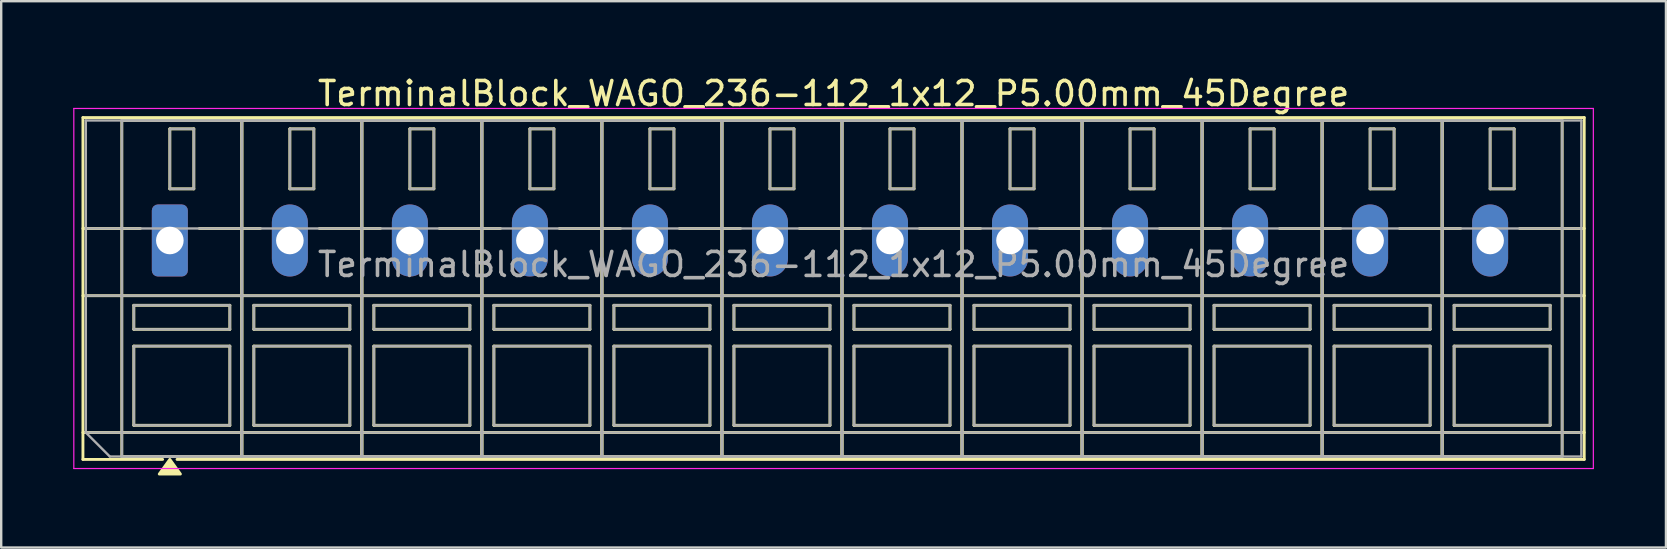
<source format=kicad_pcb>
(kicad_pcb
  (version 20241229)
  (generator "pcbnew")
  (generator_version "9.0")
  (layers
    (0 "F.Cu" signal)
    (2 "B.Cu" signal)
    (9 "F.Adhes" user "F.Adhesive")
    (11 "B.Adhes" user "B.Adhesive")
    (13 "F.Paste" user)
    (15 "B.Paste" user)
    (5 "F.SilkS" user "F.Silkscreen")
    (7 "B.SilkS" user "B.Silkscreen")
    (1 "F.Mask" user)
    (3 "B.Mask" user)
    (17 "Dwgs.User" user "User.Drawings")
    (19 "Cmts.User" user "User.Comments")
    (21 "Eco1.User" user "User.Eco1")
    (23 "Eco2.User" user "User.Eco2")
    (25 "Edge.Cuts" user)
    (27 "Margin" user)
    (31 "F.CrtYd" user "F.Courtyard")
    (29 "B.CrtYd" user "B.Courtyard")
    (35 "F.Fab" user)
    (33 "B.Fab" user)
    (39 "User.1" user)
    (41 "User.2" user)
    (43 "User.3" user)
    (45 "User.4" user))
  (footprint "TerminalBlock_WAGO_236-112_1x12_P5.00mm_45Degree"
    (layer "F.Cu")
    (at 4.025 6.968)
    (property "Reference" "TerminalBlock_WAGO_236-112_1x12_P5.00mm_45Degree" (at 27.65 -6.12 0) (layer "F.SilkS") (effects (font (size 1 1) (thickness 0.15))))
    (attr through_hole)
    (fp_line (start -3.62 -5.12) (end 58.92 -5.12) (stroke (width 0.12) (type solid)) (layer "F.SilkS"))
    (fp_line (start -3.62 -0.5) (end -1.23 -0.5) (stroke (width 0.12) (type solid)) (layer "F.SilkS"))
    (fp_line (start -3.62 2.3) (end 58.92 2.3) (stroke (width 0.12) (type solid)) (layer "F.SilkS"))
    (fp_line (start -3.62 8) (end 58.92 8) (stroke (width 0.12) (type solid)) (layer "F.SilkS"))
    (fp_line (start -3.62 9.12) (end -3.62 -5.12) (stroke (width 0.12) (type solid)) (layer "F.SilkS"))
    (fp_line (start -2 -5) (end 3 -5) (stroke (width 0.12) (type solid)) (layer "F.SilkS"))
    (fp_line (start -2 9) (end -2 -5) (stroke (width 0.12) (type solid)) (layer "F.SilkS"))
    (fp_line (start -1.5 2.7) (end 2.5 2.7) (stroke (width 0.12) (type solid)) (layer "F.SilkS"))
    (fp_line (start -1.5 3.7) (end -1.5 2.7) (stroke (width 0.12) (type solid)) (layer "F.SilkS"))
    (fp_line (start -1.5 4.4) (end 2.5 4.4) (stroke (width 0.12) (type solid)) (layer "F.SilkS"))
    (fp_line (start -1.5 7.7) (end -1.5 4.4) (stroke (width 0.12) (type solid)) (layer "F.SilkS"))
    (fp_line (start -0.3 9.12) (end -3.62 9.12) (stroke (width 0.12) (type solid)) (layer "F.SilkS"))
    (fp_line (start 0 -4.65) (end 1 -4.65) (stroke (width 0.12) (type solid)) (layer "F.SilkS"))
    (fp_line (start 0 -2.15) (end 0 -4.65) (stroke (width 0.12) (type solid)) (layer "F.SilkS"))
    (fp_line (start 1 -4.65) (end 1 -2.15) (stroke (width 0.12) (type solid)) (layer "F.SilkS"))
    (fp_line (start 1 -2.15) (end 0 -2.15) (stroke (width 0.12) (type solid)) (layer "F.SilkS"))
    (fp_line (start 1.23 -0.5) (end 3.77 -0.5) (stroke (width 0.12) (type solid)) (layer "F.SilkS"))
    (fp_line (start 2.5 2.7) (end 2.5 3.7) (stroke (width 0.12) (type solid)) (layer "F.SilkS"))
    (fp_line (start 2.5 3.7) (end -1.5 3.7) (stroke (width 0.12) (type solid)) (layer "F.SilkS"))
    (fp_line (start 2.5 4.4) (end 2.5 7.7) (stroke (width 0.12) (type solid)) (layer "F.SilkS"))
    (fp_line (start 2.5 7.7) (end -1.5 7.7) (stroke (width 0.12) (type solid)) (layer "F.SilkS"))
    (fp_line (start 3 -5) (end 3 9) (stroke (width 0.12) (type solid)) (layer "F.SilkS"))
    (fp_line (start 3 -5) (end 8 -5) (stroke (width 0.12) (type solid)) (layer "F.SilkS"))
    (fp_line (start 3 9) (end -2 9) (stroke (width 0.12) (type solid)) (layer "F.SilkS"))
    (fp_line (start 3 9) (end 3 -5) (stroke (width 0.12) (type solid)) (layer "F.SilkS"))
    (fp_line (start 3.5 2.7) (end 7.5 2.7) (stroke (width 0.12) (type solid)) (layer "F.SilkS"))
    (fp_line (start 3.5 3.7) (end 3.5 2.7) (stroke (width 0.12) (type solid)) (layer "F.SilkS"))
    (fp_line (start 3.5 4.4) (end 7.5 4.4) (stroke (width 0.12) (type solid)) (layer "F.SilkS"))
    (fp_line (start 3.5 7.7) (end 3.5 4.4) (stroke (width 0.12) (type solid)) (layer "F.SilkS"))
    (fp_line (start 5 -4.65) (end 6 -4.65) (stroke (width 0.12) (type solid)) (layer "F.SilkS"))
    (fp_line (start 5 -2.15) (end 5 -4.65) (stroke (width 0.12) (type solid)) (layer "F.SilkS"))
    (fp_line (start 6 -4.65) (end 6 -2.15) (stroke (width 0.12) (type solid)) (layer "F.SilkS"))
    (fp_line (start 6 -2.15) (end 5 -2.15) (stroke (width 0.12) (type solid)) (layer "F.SilkS"))
    (fp_line (start 6.23 -0.5) (end 8.77 -0.5) (stroke (width 0.12) (type solid)) (layer "F.SilkS"))
    (fp_line (start 7.5 2.7) (end 7.5 3.7) (stroke (width 0.12) (type solid)) (layer "F.SilkS"))
    (fp_line (start 7.5 3.7) (end 3.5 3.7) (stroke (width 0.12) (type solid)) (layer "F.SilkS"))
    (fp_line (start 7.5 4.4) (end 7.5 7.7) (stroke (width 0.12) (type solid)) (layer "F.SilkS"))
    (fp_line (start 7.5 7.7) (end 3.5 7.7) (stroke (width 0.12) (type solid)) (layer "F.SilkS"))
    (fp_line (start 8 -5) (end 8 9) (stroke (width 0.12) (type solid)) (layer "F.SilkS"))
    (fp_line (start 8 -5) (end 13 -5) (stroke (width 0.12) (type solid)) (layer "F.SilkS"))
    (fp_line (start 8 9) (end 3 9) (stroke (width 0.12) (type solid)) (layer "F.SilkS"))
    (fp_line (start 8 9) (end 8 -5) (stroke (width 0.12) (type solid)) (layer "F.SilkS"))
    (fp_line (start 8.5 2.7) (end 12.5 2.7) (stroke (width 0.12) (type solid)) (layer "F.SilkS"))
    (fp_line (start 8.5 3.7) (end 8.5 2.7) (stroke (width 0.12) (type solid)) (layer "F.SilkS"))
    (fp_line (start 8.5 4.4) (end 12.5 4.4) (stroke (width 0.12) (type solid)) (layer "F.SilkS"))
    (fp_line (start 8.5 7.7) (end 8.5 4.4) (stroke (width 0.12) (type solid)) (layer "F.SilkS"))
    (fp_line (start 10 -4.65) (end 11 -4.65) (stroke (width 0.12) (type solid)) (layer "F.SilkS"))
    (fp_line (start 10 -2.15) (end 10 -4.65) (stroke (width 0.12) (type solid)) (layer "F.SilkS"))
    (fp_line (start 11 -4.65) (end 11 -2.15) (stroke (width 0.12) (type solid)) (layer "F.SilkS"))
    (fp_line (start 11 -2.15) (end 10 -2.15) (stroke (width 0.12) (type solid)) (layer "F.SilkS"))
    (fp_line (start 11.23 -0.5) (end 13.77 -0.5) (stroke (width 0.12) (type solid)) (layer "F.SilkS"))
    (fp_line (start 12.5 2.7) (end 12.5 3.7) (stroke (width 0.12) (type solid)) (layer "F.SilkS"))
    (fp_line (start 12.5 3.7) (end 8.5 3.7) (stroke (width 0.12) (type solid)) (layer "F.SilkS"))
    (fp_line (start 12.5 4.4) (end 12.5 7.7) (stroke (width 0.12) (type solid)) (layer "F.SilkS"))
    (fp_line (start 12.5 7.7) (end 8.5 7.7) (stroke (width 0.12) (type solid)) (layer "F.SilkS"))
    (fp_line (start 13 -5) (end 13 9) (stroke (width 0.12) (type solid)) (layer "F.SilkS"))
    (fp_line (start 13 -5) (end 18 -5) (stroke (width 0.12) (type solid)) (layer "F.SilkS"))
    (fp_line (start 13 9) (end 8 9) (stroke (width 0.12) (type solid)) (layer "F.SilkS"))
    (fp_line (start 13 9) (end 13 -5) (stroke (width 0.12) (type solid)) (layer "F.SilkS"))
    (fp_line (start 13.5 2.7) (end 17.5 2.7) (stroke (width 0.12) (type solid)) (layer "F.SilkS"))
    (fp_line (start 13.5 3.7) (end 13.5 2.7) (stroke (width 0.12) (type solid)) (layer "F.SilkS"))
    (fp_line (start 13.5 4.4) (end 17.5 4.4) (stroke (width 0.12) (type solid)) (layer "F.SilkS"))
    (fp_line (start 13.5 7.7) (end 13.5 4.4) (stroke (width 0.12) (type solid)) (layer "F.SilkS"))
    (fp_line (start 15 -4.65) (end 16 -4.65) (stroke (width 0.12) (type solid)) (layer "F.SilkS"))
    (fp_line (start 15 -2.15) (end 15 -4.65) (stroke (width 0.12) (type solid)) (layer "F.SilkS"))
    (fp_line (start 16 -4.65) (end 16 -2.15) (stroke (width 0.12) (type solid)) (layer "F.SilkS"))
    (fp_line (start 16 -2.15) (end 15 -2.15) (stroke (width 0.12) (type solid)) (layer "F.SilkS"))
    (fp_line (start 16.23 -0.5) (end 18.77 -0.5) (stroke (width 0.12) (type solid)) (layer "F.SilkS"))
    (fp_line (start 17.5 2.7) (end 17.5 3.7) (stroke (width 0.12) (type solid)) (layer "F.SilkS"))
    (fp_line (start 17.5 3.7) (end 13.5 3.7) (stroke (width 0.12) (type solid)) (layer "F.SilkS"))
    (fp_line (start 17.5 4.4) (end 17.5 7.7) (stroke (width 0.12) (type solid)) (layer "F.SilkS"))
    (fp_line (start 17.5 7.7) (end 13.5 7.7) (stroke (width 0.12) (type solid)) (layer "F.SilkS"))
    (fp_line (start 18 -5) (end 18 9) (stroke (width 0.12) (type solid)) (layer "F.SilkS"))
    (fp_line (start 18 -5) (end 23 -5) (stroke (width 0.12) (type solid)) (layer "F.SilkS"))
    (fp_line (start 18 9) (end 13 9) (stroke (width 0.12) (type solid)) (layer "F.SilkS"))
    (fp_line (start 18 9) (end 18 -5) (stroke (width 0.12) (type solid)) (layer "F.SilkS"))
    (fp_line (start 18.5 2.7) (end 22.5 2.7) (stroke (width 0.12) (type solid)) (layer "F.SilkS"))
    (fp_line (start 18.5 3.7) (end 18.5 2.7) (stroke (width 0.12) (type solid)) (layer "F.SilkS"))
    (fp_line (start 18.5 4.4) (end 22.5 4.4) (stroke (width 0.12) (type solid)) (layer "F.SilkS"))
    (fp_line (start 18.5 7.7) (end 18.5 4.4) (stroke (width 0.12) (type solid)) (layer "F.SilkS"))
    (fp_line (start 20 -4.65) (end 21 -4.65) (stroke (width 0.12) (type solid)) (layer "F.SilkS"))
    (fp_line (start 20 -2.15) (end 20 -4.65) (stroke (width 0.12) (type solid)) (layer "F.SilkS"))
    (fp_line (start 21 -4.65) (end 21 -2.15) (stroke (width 0.12) (type solid)) (layer "F.SilkS"))
    (fp_line (start 21 -2.15) (end 20 -2.15) (stroke (width 0.12) (type solid)) (layer "F.SilkS"))
    (fp_line (start 21.23 -0.5) (end 23.77 -0.5) (stroke (width 0.12) (type solid)) (layer "F.SilkS"))
    (fp_line (start 22.5 2.7) (end 22.5 3.7) (stroke (width 0.12) (type solid)) (layer "F.SilkS"))
    (fp_line (start 22.5 3.7) (end 18.5 3.7) (stroke (width 0.12) (type solid)) (layer "F.SilkS"))
    (fp_line (start 22.5 4.4) (end 22.5 7.7) (stroke (width 0.12) (type solid)) (layer "F.SilkS"))
    (fp_line (start 22.5 7.7) (end 18.5 7.7) (stroke (width 0.12) (type solid)) (layer "F.SilkS"))
    (fp_line (start 23 -5) (end 23 9) (stroke (width 0.12) (type solid)) (layer "F.SilkS"))
    (fp_line (start 23 -5) (end 28 -5) (stroke (width 0.12) (type solid)) (layer "F.SilkS"))
    (fp_line (start 23 9) (end 18 9) (stroke (width 0.12) (type solid)) (layer "F.SilkS"))
    (fp_line (start 23 9) (end 23 -5) (stroke (width 0.12) (type solid)) (layer "F.SilkS"))
    (fp_line (start 23.5 2.7) (end 27.5 2.7) (stroke (width 0.12) (type solid)) (layer "F.SilkS"))
    (fp_line (start 23.5 3.7) (end 23.5 2.7) (stroke (width 0.12) (type solid)) (layer "F.SilkS"))
    (fp_line (start 23.5 4.4) (end 27.5 4.4) (stroke (width 0.12) (type solid)) (layer "F.SilkS"))
    (fp_line (start 23.5 7.7) (end 23.5 4.4) (stroke (width 0.12) (type solid)) (layer "F.SilkS"))
    (fp_line (start 25 -4.65) (end 26 -4.65) (stroke (width 0.12) (type solid)) (layer "F.SilkS"))
    (fp_line (start 25 -2.15) (end 25 -4.65) (stroke (width 0.12) (type solid)) (layer "F.SilkS"))
    (fp_line (start 26 -4.65) (end 26 -2.15) (stroke (width 0.12) (type solid)) (layer "F.SilkS"))
    (fp_line (start 26 -2.15) (end 25 -2.15) (stroke (width 0.12) (type solid)) (layer "F.SilkS"))
    (fp_line (start 26.23 -0.5) (end 28.77 -0.5) (stroke (width 0.12) (type solid)) (layer "F.SilkS"))
    (fp_line (start 27.5 2.7) (end 27.5 3.7) (stroke (width 0.12) (type solid)) (layer "F.SilkS"))
    (fp_line (start 27.5 3.7) (end 23.5 3.7) (stroke (width 0.12) (type solid)) (layer "F.SilkS"))
    (fp_line (start 27.5 4.4) (end 27.5 7.7) (stroke (width 0.12) (type solid)) (layer "F.SilkS"))
    (fp_line (start 27.5 7.7) (end 23.5 7.7) (stroke (width 0.12) (type solid)) (layer "F.SilkS"))
    (fp_line (start 28 -5) (end 28 9) (stroke (width 0.12) (type solid)) (layer "F.SilkS"))
    (fp_line (start 28 -5) (end 33 -5) (stroke (width 0.12) (type solid)) (layer "F.SilkS"))
    (fp_line (start 28 9) (end 23 9) (stroke (width 0.12) (type solid)) (layer "F.SilkS"))
    (fp_line (start 28 9) (end 28 -5) (stroke (width 0.12) (type solid)) (layer "F.SilkS"))
    (fp_line (start 28.5 2.7) (end 32.5 2.7) (stroke (width 0.12) (type solid)) (layer "F.SilkS"))
    (fp_line (start 28.5 3.7) (end 28.5 2.7) (stroke (width 0.12) (type solid)) (layer "F.SilkS"))
    (fp_line (start 28.5 4.4) (end 32.5 4.4) (stroke (width 0.12) (type solid)) (layer "F.SilkS"))
    (fp_line (start 28.5 7.7) (end 28.5 4.4) (stroke (width 0.12) (type solid)) (layer "F.SilkS"))
    (fp_line (start 30 -4.65) (end 31 -4.65) (stroke (width 0.12) (type solid)) (layer "F.SilkS"))
    (fp_line (start 30 -2.15) (end 30 -4.65) (stroke (width 0.12) (type solid)) (layer "F.SilkS"))
    (fp_line (start 31 -4.65) (end 31 -2.15) (stroke (width 0.12) (type solid)) (layer "F.SilkS"))
    (fp_line (start 31 -2.15) (end 30 -2.15) (stroke (width 0.12) (type solid)) (layer "F.SilkS"))
    (fp_line (start 31.23 -0.5) (end 33.77 -0.5) (stroke (width 0.12) (type solid)) (layer "F.SilkS"))
    (fp_line (start 32.5 2.7) (end 32.5 3.7) (stroke (width 0.12) (type solid)) (layer "F.SilkS"))
    (fp_line (start 32.5 3.7) (end 28.5 3.7) (stroke (width 0.12) (type solid)) (layer "F.SilkS"))
    (fp_line (start 32.5 4.4) (end 32.5 7.7) (stroke (width 0.12) (type solid)) (layer "F.SilkS"))
    (fp_line (start 32.5 7.7) (end 28.5 7.7) (stroke (width 0.12) (type solid)) (layer "F.SilkS"))
    (fp_line (start 33 -5) (end 33 9) (stroke (width 0.12) (type solid)) (layer "F.SilkS"))
    (fp_line (start 33 -5) (end 38 -5) (stroke (width 0.12) (type solid)) (layer "F.SilkS"))
    (fp_line (start 33 9) (end 28 9) (stroke (width 0.12) (type solid)) (layer "F.SilkS"))
    (fp_line (start 33 9) (end 33 -5) (stroke (width 0.12) (type solid)) (layer "F.SilkS"))
    (fp_line (start 33.5 2.7) (end 37.5 2.7) (stroke (width 0.12) (type solid)) (layer "F.SilkS"))
    (fp_line (start 33.5 3.7) (end 33.5 2.7) (stroke (width 0.12) (type solid)) (layer "F.SilkS"))
    (fp_line (start 33.5 4.4) (end 37.5 4.4) (stroke (width 0.12) (type solid)) (layer "F.SilkS"))
    (fp_line (start 33.5 7.7) (end 33.5 4.4) (stroke (width 0.12) (type solid)) (layer "F.SilkS"))
    (fp_line (start 35 -4.65) (end 36 -4.65) (stroke (width 0.12) (type solid)) (layer "F.SilkS"))
    (fp_line (start 35 -2.15) (end 35 -4.65) (stroke (width 0.12) (type solid)) (layer "F.SilkS"))
    (fp_line (start 36 -4.65) (end 36 -2.15) (stroke (width 0.12) (type solid)) (layer "F.SilkS"))
    (fp_line (start 36 -2.15) (end 35 -2.15) (stroke (width 0.12) (type solid)) (layer "F.SilkS"))
    (fp_line (start 36.23 -0.5) (end 38.77 -0.5) (stroke (width 0.12) (type solid)) (layer "F.SilkS"))
    (fp_line (start 37.5 2.7) (end 37.5 3.7) (stroke (width 0.12) (type solid)) (layer "F.SilkS"))
    (fp_line (start 37.5 3.7) (end 33.5 3.7) (stroke (width 0.12) (type solid)) (layer "F.SilkS"))
    (fp_line (start 37.5 4.4) (end 37.5 7.7) (stroke (width 0.12) (type solid)) (layer "F.SilkS"))
    (fp_line (start 37.5 7.7) (end 33.5 7.7) (stroke (width 0.12) (type solid)) (layer "F.SilkS"))
    (fp_line (start 38 -5) (end 38 9) (stroke (width 0.12) (type solid)) (layer "F.SilkS"))
    (fp_line (start 38 -5) (end 43 -5) (stroke (width 0.12) (type solid)) (layer "F.SilkS"))
    (fp_line (start 38 9) (end 33 9) (stroke (width 0.12) (type solid)) (layer "F.SilkS"))
    (fp_line (start 38 9) (end 38 -5) (stroke (width 0.12) (type solid)) (layer "F.SilkS"))
    (fp_line (start 38.5 2.7) (end 42.5 2.7) (stroke (width 0.12) (type solid)) (layer "F.SilkS"))
    (fp_line (start 38.5 3.7) (end 38.5 2.7) (stroke (width 0.12) (type solid)) (layer "F.SilkS"))
    (fp_line (start 38.5 4.4) (end 42.5 4.4) (stroke (width 0.12) (type solid)) (layer "F.SilkS"))
    (fp_line (start 38.5 7.7) (end 38.5 4.4) (stroke (width 0.12) (type solid)) (layer "F.SilkS"))
    (fp_line (start 40 -4.65) (end 41 -4.65) (stroke (width 0.12) (type solid)) (layer "F.SilkS"))
    (fp_line (start 40 -2.15) (end 40 -4.65) (stroke (width 0.12) (type solid)) (layer "F.SilkS"))
    (fp_line (start 41 -4.65) (end 41 -2.15) (stroke (width 0.12) (type solid)) (layer "F.SilkS"))
    (fp_line (start 41 -2.15) (end 40 -2.15) (stroke (width 0.12) (type solid)) (layer "F.SilkS"))
    (fp_line (start 41.23 -0.5) (end 43.77 -0.5) (stroke (width 0.12) (type solid)) (layer "F.SilkS"))
    (fp_line (start 42.5 2.7) (end 42.5 3.7) (stroke (width 0.12) (type solid)) (layer "F.SilkS"))
    (fp_line (start 42.5 3.7) (end 38.5 3.7) (stroke (width 0.12) (type solid)) (layer "F.SilkS"))
    (fp_line (start 42.5 4.4) (end 42.5 7.7) (stroke (width 0.12) (type solid)) (layer "F.SilkS"))
    (fp_line (start 42.5 7.7) (end 38.5 7.7) (stroke (width 0.12) (type solid)) (layer "F.SilkS"))
    (fp_line (start 43 -5) (end 43 9) (stroke (width 0.12) (type solid)) (layer "F.SilkS"))
    (fp_line (start 43 -5) (end 48 -5) (stroke (width 0.12) (type solid)) (layer "F.SilkS"))
    (fp_line (start 43 9) (end 38 9) (stroke (width 0.12) (type solid)) (layer "F.SilkS"))
    (fp_line (start 43 9) (end 43 -5) (stroke (width 0.12) (type solid)) (layer "F.SilkS"))
    (fp_line (start 43.5 2.7) (end 47.5 2.7) (stroke (width 0.12) (type solid)) (layer "F.SilkS"))
    (fp_line (start 43.5 3.7) (end 43.5 2.7) (stroke (width 0.12) (type solid)) (layer "F.SilkS"))
    (fp_line (start 43.5 4.4) (end 47.5 4.4) (stroke (width 0.12) (type solid)) (layer "F.SilkS"))
    (fp_line (start 43.5 7.7) (end 43.5 4.4) (stroke (width 0.12) (type solid)) (layer "F.SilkS"))
    (fp_line (start 45 -4.65) (end 46 -4.65) (stroke (width 0.12) (type solid)) (layer "F.SilkS"))
    (fp_line (start 45 -2.15) (end 45 -4.65) (stroke (width 0.12) (type solid)) (layer "F.SilkS"))
    (fp_line (start 46 -4.65) (end 46 -2.15) (stroke (width 0.12) (type solid)) (layer "F.SilkS"))
    (fp_line (start 46 -2.15) (end 45 -2.15) (stroke (width 0.12) (type solid)) (layer "F.SilkS"))
    (fp_line (start 46.23 -0.5) (end 48.77 -0.5) (stroke (width 0.12) (type solid)) (layer "F.SilkS"))
    (fp_line (start 47.5 2.7) (end 47.5 3.7) (stroke (width 0.12) (type solid)) (layer "F.SilkS"))
    (fp_line (start 47.5 3.7) (end 43.5 3.7) (stroke (width 0.12) (type solid)) (layer "F.SilkS"))
    (fp_line (start 47.5 4.4) (end 47.5 7.7) (stroke (width 0.12) (type solid)) (layer "F.SilkS"))
    (fp_line (start 47.5 7.7) (end 43.5 7.7) (stroke (width 0.12) (type solid)) (layer "F.SilkS"))
    (fp_line (start 48 -5) (end 48 9) (stroke (width 0.12) (type solid)) (layer "F.SilkS"))
    (fp_line (start 48 -5) (end 53 -5) (stroke (width 0.12) (type solid)) (layer "F.SilkS"))
    (fp_line (start 48 9) (end 43 9) (stroke (width 0.12) (type solid)) (layer "F.SilkS"))
    (fp_line (start 48 9) (end 48 -5) (stroke (width 0.12) (type solid)) (layer "F.SilkS"))
    (fp_line (start 48.5 2.7) (end 52.5 2.7) (stroke (width 0.12) (type solid)) (layer "F.SilkS"))
    (fp_line (start 48.5 3.7) (end 48.5 2.7) (stroke (width 0.12) (type solid)) (layer "F.SilkS"))
    (fp_line (start 48.5 4.4) (end 52.5 4.4) (stroke (width 0.12) (type solid)) (layer "F.SilkS"))
    (fp_line (start 48.5 7.7) (end 48.5 4.4) (stroke (width 0.12) (type solid)) (layer "F.SilkS"))
    (fp_line (start 50 -4.65) (end 51 -4.65) (stroke (width 0.12) (type solid)) (layer "F.SilkS"))
    (fp_line (start 50 -2.15) (end 50 -4.65) (stroke (width 0.12) (type solid)) (layer "F.SilkS"))
    (fp_line (start 51 -4.65) (end 51 -2.15) (stroke (width 0.12) (type solid)) (layer "F.SilkS"))
    (fp_line (start 51 -2.15) (end 50 -2.15) (stroke (width 0.12) (type solid)) (layer "F.SilkS"))
    (fp_line (start 51.23 -0.5) (end 53.77 -0.5) (stroke (width 0.12) (type solid)) (layer "F.SilkS"))
    (fp_line (start 52.5 2.7) (end 52.5 3.7) (stroke (width 0.12) (type solid)) (layer "F.SilkS"))
    (fp_line (start 52.5 3.7) (end 48.5 3.7) (stroke (width 0.12) (type solid)) (layer "F.SilkS"))
    (fp_line (start 52.5 4.4) (end 52.5 7.7) (stroke (width 0.12) (type solid)) (layer "F.SilkS"))
    (fp_line (start 52.5 7.7) (end 48.5 7.7) (stroke (width 0.12) (type solid)) (layer "F.SilkS"))
    (fp_line (start 53 -5) (end 53 9) (stroke (width 0.12) (type solid)) (layer "F.SilkS"))
    (fp_line (start 53 -5) (end 58 -5) (stroke (width 0.12) (type solid)) (layer "F.SilkS"))
    (fp_line (start 53 9) (end 48 9) (stroke (width 0.12) (type solid)) (layer "F.SilkS"))
    (fp_line (start 53 9) (end 53 -5) (stroke (width 0.12) (type solid)) (layer "F.SilkS"))
    (fp_line (start 53.5 2.7) (end 57.5 2.7) (stroke (width 0.12) (type solid)) (layer "F.SilkS"))
    (fp_line (start 53.5 3.7) (end 53.5 2.7) (stroke (width 0.12) (type solid)) (layer "F.SilkS"))
    (fp_line (start 53.5 4.4) (end 57.5 4.4) (stroke (width 0.12) (type solid)) (layer "F.SilkS"))
    (fp_line (start 53.5 7.7) (end 53.5 4.4) (stroke (width 0.12) (type solid)) (layer "F.SilkS"))
    (fp_line (start 55 -4.65) (end 56 -4.65) (stroke (width 0.12) (type solid)) (layer "F.SilkS"))
    (fp_line (start 55 -2.15) (end 55 -4.65) (stroke (width 0.12) (type solid)) (layer "F.SilkS"))
    (fp_line (start 56 -4.65) (end 56 -2.15) (stroke (width 0.12) (type solid)) (layer "F.SilkS"))
    (fp_line (start 56 -2.15) (end 55 -2.15) (stroke (width 0.12) (type solid)) (layer "F.SilkS"))
    (fp_line (start 56.23 -0.5) (end 58.92 -0.5) (stroke (width 0.12) (type solid)) (layer "F.SilkS"))
    (fp_line (start 57.5 2.7) (end 57.5 3.7) (stroke (width 0.12) (type solid)) (layer "F.SilkS"))
    (fp_line (start 57.5 3.7) (end 53.5 3.7) (stroke (width 0.12) (type solid)) (layer "F.SilkS"))
    (fp_line (start 57.5 4.4) (end 57.5 7.7) (stroke (width 0.12) (type solid)) (layer "F.SilkS"))
    (fp_line (start 57.5 7.7) (end 53.5 7.7) (stroke (width 0.12) (type solid)) (layer "F.SilkS"))
    (fp_line (start 58 -5) (end 58 9) (stroke (width 0.12) (type solid)) (layer "F.SilkS"))
    (fp_line (start 58 9) (end 53 9) (stroke (width 0.12) (type solid)) (layer "F.SilkS"))
    (fp_line (start 58.92 -5.12) (end 58.92 9.12) (stroke (width 0.12) (type solid)) (layer "F.SilkS"))
    (fp_line (start 58.92 9.12) (end 0.3 9.12) (stroke (width 0.12) (type solid)) (layer "F.SilkS"))
    (fp_poly (pts (xy 0 9.12) (xy 0.44 9.73) (xy -0.44 9.73)) (stroke (width 0.12) (type solid)) (fill yes) (layer "F.SilkS"))
    (fp_line (start -4 -5.5) (end -4 9.5) (stroke (width 0.05) (type solid)) (layer "F.CrtYd"))
    (fp_line (start -4 9.5) (end 59.3 9.5) (stroke (width 0.05) (type solid)) (layer "F.CrtYd"))
    (fp_line (start 59.3 -5.5) (end -4 -5.5) (stroke (width 0.05) (type solid)) (layer "F.CrtYd"))
    (fp_line (start 59.3 9.5) (end 59.3 -5.5) (stroke (width 0.05) (type solid)) (layer "F.CrtYd"))
    (fp_line (start -3.5 -5) (end 58.8 -5) (stroke (width 0.1) (type solid)) (layer "F.Fab"))
    (fp_line (start -3.5 -0.5) (end 58.8 -0.5) (stroke (width 0.1) (type solid)) (layer "F.Fab"))
    (fp_line (start -3.5 2.3) (end 58.8 2.3) (stroke (width 0.1) (type solid)) (layer "F.Fab"))
    (fp_line (start -3.5 8) (end -3.5 -5) (stroke (width 0.1) (type solid)) (layer "F.Fab"))
    (fp_line (start -3.5 8) (end 58.8 8) (stroke (width 0.1) (type solid)) (layer "F.Fab"))
    (fp_line (start -2.5 9) (end -3.5 8) (stroke (width 0.1) (type solid)) (layer "F.Fab"))
    (fp_line (start -2 -5) (end -2 9) (stroke (width 0.1) (type solid)) (layer "F.Fab"))
    (fp_line (start -2 9) (end 3 9) (stroke (width 0.1) (type solid)) (layer "F.Fab"))
    (fp_line (start -1.5 2.7) (end -1.5 3.7) (stroke (width 0.1) (type solid)) (layer "F.Fab"))
    (fp_line (start -1.5 3.7) (end 2.5 3.7) (stroke (width 0.1) (type solid)) (layer "F.Fab"))
    (fp_line (start -1.5 4.4) (end -1.5 7.7) (stroke (width 0.1) (type solid)) (layer "F.Fab"))
    (fp_line (start -1.5 7.7) (end 2.5 7.7) (stroke (width 0.1) (type solid)) (layer "F.Fab"))
    (fp_line (start 0 -4.65) (end 0 -2.15) (stroke (width 0.1) (type solid)) (layer "F.Fab"))
    (fp_line (start 0 -2.15) (end 1 -2.15) (stroke (width 0.1) (type solid)) (layer "F.Fab"))
    (fp_line (start 1 -4.65) (end 0 -4.65) (stroke (width 0.1) (type solid)) (layer "F.Fab"))
    (fp_line (start 1 -2.15) (end 1 -4.65) (stroke (width 0.1) (type solid)) (layer "F.Fab"))
    (fp_line (start 2.5 2.7) (end -1.5 2.7) (stroke (width 0.1) (type solid)) (layer "F.Fab"))
    (fp_line (start 2.5 3.7) (end 2.5 2.7) (stroke (width 0.1) (type solid)) (layer "F.Fab"))
    (fp_line (start 2.5 4.4) (end -1.5 4.4) (stroke (width 0.1) (type solid)) (layer "F.Fab"))
    (fp_line (start 2.5 7.7) (end 2.5 4.4) (stroke (width 0.1) (type solid)) (layer "F.Fab"))
    (fp_line (start 3 -5) (end -2 -5) (stroke (width 0.1) (type solid)) (layer "F.Fab"))
    (fp_line (start 3 -5) (end 3 9) (stroke (width 0.1) (type solid)) (layer "F.Fab"))
    (fp_line (start 3 9) (end 3 -5) (stroke (width 0.1) (type solid)) (layer "F.Fab"))
    (fp_line (start 3 9) (end 8 9) (stroke (width 0.1) (type solid)) (layer "F.Fab"))
    (fp_line (start 3.5 2.7) (end 3.5 3.7) (stroke (width 0.1) (type solid)) (layer "F.Fab"))
    (fp_line (start 3.5 3.7) (end 7.5 3.7) (stroke (width 0.1) (type solid)) (layer "F.Fab"))
    (fp_line (start 3.5 4.4) (end 3.5 7.7) (stroke (width 0.1) (type solid)) (layer "F.Fab"))
    (fp_line (start 3.5 7.7) (end 7.5 7.7) (stroke (width 0.1) (type solid)) (layer "F.Fab"))
    (fp_line (start 5 -4.65) (end 5 -2.15) (stroke (width 0.1) (type solid)) (layer "F.Fab"))
    (fp_line (start 5 -2.15) (end 6 -2.15) (stroke (width 0.1) (type solid)) (layer "F.Fab"))
    (fp_line (start 6 -4.65) (end 5 -4.65) (stroke (width 0.1) (type solid)) (layer "F.Fab"))
    (fp_line (start 6 -2.15) (end 6 -4.65) (stroke (width 0.1) (type solid)) (layer "F.Fab"))
    (fp_line (start 7.5 2.7) (end 3.5 2.7) (stroke (width 0.1) (type solid)) (layer "F.Fab"))
    (fp_line (start 7.5 3.7) (end 7.5 2.7) (stroke (width 0.1) (type solid)) (layer "F.Fab"))
    (fp_line (start 7.5 4.4) (end 3.5 4.4) (stroke (width 0.1) (type solid)) (layer "F.Fab"))
    (fp_line (start 7.5 7.7) (end 7.5 4.4) (stroke (width 0.1) (type solid)) (layer "F.Fab"))
    (fp_line (start 8 -5) (end 3 -5) (stroke (width 0.1) (type solid)) (layer "F.Fab"))
    (fp_line (start 8 -5) (end 8 9) (stroke (width 0.1) (type solid)) (layer "F.Fab"))
    (fp_line (start 8 9) (end 8 -5) (stroke (width 0.1) (type solid)) (layer "F.Fab"))
    (fp_line (start 8 9) (end 13 9) (stroke (width 0.1) (type solid)) (layer "F.Fab"))
    (fp_line (start 8.5 2.7) (end 8.5 3.7) (stroke (width 0.1) (type solid)) (layer "F.Fab"))
    (fp_line (start 8.5 3.7) (end 12.5 3.7) (stroke (width 0.1) (type solid)) (layer "F.Fab"))
    (fp_line (start 8.5 4.4) (end 8.5 7.7) (stroke (width 0.1) (type solid)) (layer "F.Fab"))
    (fp_line (start 8.5 7.7) (end 12.5 7.7) (stroke (width 0.1) (type solid)) (layer "F.Fab"))
    (fp_line (start 10 -4.65) (end 10 -2.15) (stroke (width 0.1) (type solid)) (layer "F.Fab"))
    (fp_line (start 10 -2.15) (end 11 -2.15) (stroke (width 0.1) (type solid)) (layer "F.Fab"))
    (fp_line (start 11 -4.65) (end 10 -4.65) (stroke (width 0.1) (type solid)) (layer "F.Fab"))
    (fp_line (start 11 -2.15) (end 11 -4.65) (stroke (width 0.1) (type solid)) (layer "F.Fab"))
    (fp_line (start 12.5 2.7) (end 8.5 2.7) (stroke (width 0.1) (type solid)) (layer "F.Fab"))
    (fp_line (start 12.5 3.7) (end 12.5 2.7) (stroke (width 0.1) (type solid)) (layer "F.Fab"))
    (fp_line (start 12.5 4.4) (end 8.5 4.4) (stroke (width 0.1) (type solid)) (layer "F.Fab"))
    (fp_line (start 12.5 7.7) (end 12.5 4.4) (stroke (width 0.1) (type solid)) (layer "F.Fab"))
    (fp_line (start 13 -5) (end 8 -5) (stroke (width 0.1) (type solid)) (layer "F.Fab"))
    (fp_line (start 13 -5) (end 13 9) (stroke (width 0.1) (type solid)) (layer "F.Fab"))
    (fp_line (start 13 9) (end 13 -5) (stroke (width 0.1) (type solid)) (layer "F.Fab"))
    (fp_line (start 13 9) (end 18 9) (stroke (width 0.1) (type solid)) (layer "F.Fab"))
    (fp_line (start 13.5 2.7) (end 13.5 3.7) (stroke (width 0.1) (type solid)) (layer "F.Fab"))
    (fp_line (start 13.5 3.7) (end 17.5 3.7) (stroke (width 0.1) (type solid)) (layer "F.Fab"))
    (fp_line (start 13.5 4.4) (end 13.5 7.7) (stroke (width 0.1) (type solid)) (layer "F.Fab"))
    (fp_line (start 13.5 7.7) (end 17.5 7.7) (stroke (width 0.1) (type solid)) (layer "F.Fab"))
    (fp_line (start 15 -4.65) (end 15 -2.15) (stroke (width 0.1) (type solid)) (layer "F.Fab"))
    (fp_line (start 15 -2.15) (end 16 -2.15) (stroke (width 0.1) (type solid)) (layer "F.Fab"))
    (fp_line (start 16 -4.65) (end 15 -4.65) (stroke (width 0.1) (type solid)) (layer "F.Fab"))
    (fp_line (start 16 -2.15) (end 16 -4.65) (stroke (width 0.1) (type solid)) (layer "F.Fab"))
    (fp_line (start 17.5 2.7) (end 13.5 2.7) (stroke (width 0.1) (type solid)) (layer "F.Fab"))
    (fp_line (start 17.5 3.7) (end 17.5 2.7) (stroke (width 0.1) (type solid)) (layer "F.Fab"))
    (fp_line (start 17.5 4.4) (end 13.5 4.4) (stroke (width 0.1) (type solid)) (layer "F.Fab"))
    (fp_line (start 17.5 7.7) (end 17.5 4.4) (stroke (width 0.1) (type solid)) (layer "F.Fab"))
    (fp_line (start 18 -5) (end 13 -5) (stroke (width 0.1) (type solid)) (layer "F.Fab"))
    (fp_line (start 18 -5) (end 18 9) (stroke (width 0.1) (type solid)) (layer "F.Fab"))
    (fp_line (start 18 9) (end 18 -5) (stroke (width 0.1) (type solid)) (layer "F.Fab"))
    (fp_line (start 18 9) (end 23 9) (stroke (width 0.1) (type solid)) (layer "F.Fab"))
    (fp_line (start 18.5 2.7) (end 18.5 3.7) (stroke (width 0.1) (type solid)) (layer "F.Fab"))
    (fp_line (start 18.5 3.7) (end 22.5 3.7) (stroke (width 0.1) (type solid)) (layer "F.Fab"))
    (fp_line (start 18.5 4.4) (end 18.5 7.7) (stroke (width 0.1) (type solid)) (layer "F.Fab"))
    (fp_line (start 18.5 7.7) (end 22.5 7.7) (stroke (width 0.1) (type solid)) (layer "F.Fab"))
    (fp_line (start 20 -4.65) (end 20 -2.15) (stroke (width 0.1) (type solid)) (layer "F.Fab"))
    (fp_line (start 20 -2.15) (end 21 -2.15) (stroke (width 0.1) (type solid)) (layer "F.Fab"))
    (fp_line (start 21 -4.65) (end 20 -4.65) (stroke (width 0.1) (type solid)) (layer "F.Fab"))
    (fp_line (start 21 -2.15) (end 21 -4.65) (stroke (width 0.1) (type solid)) (layer "F.Fab"))
    (fp_line (start 22.5 2.7) (end 18.5 2.7) (stroke (width 0.1) (type solid)) (layer "F.Fab"))
    (fp_line (start 22.5 3.7) (end 22.5 2.7) (stroke (width 0.1) (type solid)) (layer "F.Fab"))
    (fp_line (start 22.5 4.4) (end 18.5 4.4) (stroke (width 0.1) (type solid)) (layer "F.Fab"))
    (fp_line (start 22.5 7.7) (end 22.5 4.4) (stroke (width 0.1) (type solid)) (layer "F.Fab"))
    (fp_line (start 23 -5) (end 18 -5) (stroke (width 0.1) (type solid)) (layer "F.Fab"))
    (fp_line (start 23 -5) (end 23 9) (stroke (width 0.1) (type solid)) (layer "F.Fab"))
    (fp_line (start 23 9) (end 23 -5) (stroke (width 0.1) (type solid)) (layer "F.Fab"))
    (fp_line (start 23 9) (end 28 9) (stroke (width 0.1) (type solid)) (layer "F.Fab"))
    (fp_line (start 23.5 2.7) (end 23.5 3.7) (stroke (width 0.1) (type solid)) (layer "F.Fab"))
    (fp_line (start 23.5 3.7) (end 27.5 3.7) (stroke (width 0.1) (type solid)) (layer "F.Fab"))
    (fp_line (start 23.5 4.4) (end 23.5 7.7) (stroke (width 0.1) (type solid)) (layer "F.Fab"))
    (fp_line (start 23.5 7.7) (end 27.5 7.7) (stroke (width 0.1) (type solid)) (layer "F.Fab"))
    (fp_line (start 25 -4.65) (end 25 -2.15) (stroke (width 0.1) (type solid)) (layer "F.Fab"))
    (fp_line (start 25 -2.15) (end 26 -2.15) (stroke (width 0.1) (type solid)) (layer "F.Fab"))
    (fp_line (start 26 -4.65) (end 25 -4.65) (stroke (width 0.1) (type solid)) (layer "F.Fab"))
    (fp_line (start 26 -2.15) (end 26 -4.65) (stroke (width 0.1) (type solid)) (layer "F.Fab"))
    (fp_line (start 27.5 2.7) (end 23.5 2.7) (stroke (width 0.1) (type solid)) (layer "F.Fab"))
    (fp_line (start 27.5 3.7) (end 27.5 2.7) (stroke (width 0.1) (type solid)) (layer "F.Fab"))
    (fp_line (start 27.5 4.4) (end 23.5 4.4) (stroke (width 0.1) (type solid)) (layer "F.Fab"))
    (fp_line (start 27.5 7.7) (end 27.5 4.4) (stroke (width 0.1) (type solid)) (layer "F.Fab"))
    (fp_line (start 28 -5) (end 23 -5) (stroke (width 0.1) (type solid)) (layer "F.Fab"))
    (fp_line (start 28 -5) (end 28 9) (stroke (width 0.1) (type solid)) (layer "F.Fab"))
    (fp_line (start 28 9) (end 28 -5) (stroke (width 0.1) (type solid)) (layer "F.Fab"))
    (fp_line (start 28 9) (end 33 9) (stroke (width 0.1) (type solid)) (layer "F.Fab"))
    (fp_line (start 28.5 2.7) (end 28.5 3.7) (stroke (width 0.1) (type solid)) (layer "F.Fab"))
    (fp_line (start 28.5 3.7) (end 32.5 3.7) (stroke (width 0.1) (type solid)) (layer "F.Fab"))
    (fp_line (start 28.5 4.4) (end 28.5 7.7) (stroke (width 0.1) (type solid)) (layer "F.Fab"))
    (fp_line (start 28.5 7.7) (end 32.5 7.7) (stroke (width 0.1) (type solid)) (layer "F.Fab"))
    (fp_line (start 30 -4.65) (end 30 -2.15) (stroke (width 0.1) (type solid)) (layer "F.Fab"))
    (fp_line (start 30 -2.15) (end 31 -2.15) (stroke (width 0.1) (type solid)) (layer "F.Fab"))
    (fp_line (start 31 -4.65) (end 30 -4.65) (stroke (width 0.1) (type solid)) (layer "F.Fab"))
    (fp_line (start 31 -2.15) (end 31 -4.65) (stroke (width 0.1) (type solid)) (layer "F.Fab"))
    (fp_line (start 32.5 2.7) (end 28.5 2.7) (stroke (width 0.1) (type solid)) (layer "F.Fab"))
    (fp_line (start 32.5 3.7) (end 32.5 2.7) (stroke (width 0.1) (type solid)) (layer "F.Fab"))
    (fp_line (start 32.5 4.4) (end 28.5 4.4) (stroke (width 0.1) (type solid)) (layer "F.Fab"))
    (fp_line (start 32.5 7.7) (end 32.5 4.4) (stroke (width 0.1) (type solid)) (layer "F.Fab"))
    (fp_line (start 33 -5) (end 28 -5) (stroke (width 0.1) (type solid)) (layer "F.Fab"))
    (fp_line (start 33 -5) (end 33 9) (stroke (width 0.1) (type solid)) (layer "F.Fab"))
    (fp_line (start 33 9) (end 33 -5) (stroke (width 0.1) (type solid)) (layer "F.Fab"))
    (fp_line (start 33 9) (end 38 9) (stroke (width 0.1) (type solid)) (layer "F.Fab"))
    (fp_line (start 33.5 2.7) (end 33.5 3.7) (stroke (width 0.1) (type solid)) (layer "F.Fab"))
    (fp_line (start 33.5 3.7) (end 37.5 3.7) (stroke (width 0.1) (type solid)) (layer "F.Fab"))
    (fp_line (start 33.5 4.4) (end 33.5 7.7) (stroke (width 0.1) (type solid)) (layer "F.Fab"))
    (fp_line (start 33.5 7.7) (end 37.5 7.7) (stroke (width 0.1) (type solid)) (layer "F.Fab"))
    (fp_line (start 35 -4.65) (end 35 -2.15) (stroke (width 0.1) (type solid)) (layer "F.Fab"))
    (fp_line (start 35 -2.15) (end 36 -2.15) (stroke (width 0.1) (type solid)) (layer "F.Fab"))
    (fp_line (start 36 -4.65) (end 35 -4.65) (stroke (width 0.1) (type solid)) (layer "F.Fab"))
    (fp_line (start 36 -2.15) (end 36 -4.65) (stroke (width 0.1) (type solid)) (layer "F.Fab"))
    (fp_line (start 37.5 2.7) (end 33.5 2.7) (stroke (width 0.1) (type solid)) (layer "F.Fab"))
    (fp_line (start 37.5 3.7) (end 37.5 2.7) (stroke (width 0.1) (type solid)) (layer "F.Fab"))
    (fp_line (start 37.5 4.4) (end 33.5 4.4) (stroke (width 0.1) (type solid)) (layer "F.Fab"))
    (fp_line (start 37.5 7.7) (end 37.5 4.4) (stroke (width 0.1) (type solid)) (layer "F.Fab"))
    (fp_line (start 38 -5) (end 33 -5) (stroke (width 0.1) (type solid)) (layer "F.Fab"))
    (fp_line (start 38 -5) (end 38 9) (stroke (width 0.1) (type solid)) (layer "F.Fab"))
    (fp_line (start 38 9) (end 38 -5) (stroke (width 0.1) (type solid)) (layer "F.Fab"))
    (fp_line (start 38 9) (end 43 9) (stroke (width 0.1) (type solid)) (layer "F.Fab"))
    (fp_line (start 38.5 2.7) (end 38.5 3.7) (stroke (width 0.1) (type solid)) (layer "F.Fab"))
    (fp_line (start 38.5 3.7) (end 42.5 3.7) (stroke (width 0.1) (type solid)) (layer "F.Fab"))
    (fp_line (start 38.5 4.4) (end 38.5 7.7) (stroke (width 0.1) (type solid)) (layer "F.Fab"))
    (fp_line (start 38.5 7.7) (end 42.5 7.7) (stroke (width 0.1) (type solid)) (layer "F.Fab"))
    (fp_line (start 40 -4.65) (end 40 -2.15) (stroke (width 0.1) (type solid)) (layer "F.Fab"))
    (fp_line (start 40 -2.15) (end 41 -2.15) (stroke (width 0.1) (type solid)) (layer "F.Fab"))
    (fp_line (start 41 -4.65) (end 40 -4.65) (stroke (width 0.1) (type solid)) (layer "F.Fab"))
    (fp_line (start 41 -2.15) (end 41 -4.65) (stroke (width 0.1) (type solid)) (layer "F.Fab"))
    (fp_line (start 42.5 2.7) (end 38.5 2.7) (stroke (width 0.1) (type solid)) (layer "F.Fab"))
    (fp_line (start 42.5 3.7) (end 42.5 2.7) (stroke (width 0.1) (type solid)) (layer "F.Fab"))
    (fp_line (start 42.5 4.4) (end 38.5 4.4) (stroke (width 0.1) (type solid)) (layer "F.Fab"))
    (fp_line (start 42.5 7.7) (end 42.5 4.4) (stroke (width 0.1) (type solid)) (layer "F.Fab"))
    (fp_line (start 43 -5) (end 38 -5) (stroke (width 0.1) (type solid)) (layer "F.Fab"))
    (fp_line (start 43 -5) (end 43 9) (stroke (width 0.1) (type solid)) (layer "F.Fab"))
    (fp_line (start 43 9) (end 43 -5) (stroke (width 0.1) (type solid)) (layer "F.Fab"))
    (fp_line (start 43 9) (end 48 9) (stroke (width 0.1) (type solid)) (layer "F.Fab"))
    (fp_line (start 43.5 2.7) (end 43.5 3.7) (stroke (width 0.1) (type solid)) (layer "F.Fab"))
    (fp_line (start 43.5 3.7) (end 47.5 3.7) (stroke (width 0.1) (type solid)) (layer "F.Fab"))
    (fp_line (start 43.5 4.4) (end 43.5 7.7) (stroke (width 0.1) (type solid)) (layer "F.Fab"))
    (fp_line (start 43.5 7.7) (end 47.5 7.7) (stroke (width 0.1) (type solid)) (layer "F.Fab"))
    (fp_line (start 45 -4.65) (end 45 -2.15) (stroke (width 0.1) (type solid)) (layer "F.Fab"))
    (fp_line (start 45 -2.15) (end 46 -2.15) (stroke (width 0.1) (type solid)) (layer "F.Fab"))
    (fp_line (start 46 -4.65) (end 45 -4.65) (stroke (width 0.1) (type solid)) (layer "F.Fab"))
    (fp_line (start 46 -2.15) (end 46 -4.65) (stroke (width 0.1) (type solid)) (layer "F.Fab"))
    (fp_line (start 47.5 2.7) (end 43.5 2.7) (stroke (width 0.1) (type solid)) (layer "F.Fab"))
    (fp_line (start 47.5 3.7) (end 47.5 2.7) (stroke (width 0.1) (type solid)) (layer "F.Fab"))
    (fp_line (start 47.5 4.4) (end 43.5 4.4) (stroke (width 0.1) (type solid)) (layer "F.Fab"))
    (fp_line (start 47.5 7.7) (end 47.5 4.4) (stroke (width 0.1) (type solid)) (layer "F.Fab"))
    (fp_line (start 48 -5) (end 43 -5) (stroke (width 0.1) (type solid)) (layer "F.Fab"))
    (fp_line (start 48 -5) (end 48 9) (stroke (width 0.1) (type solid)) (layer "F.Fab"))
    (fp_line (start 48 9) (end 48 -5) (stroke (width 0.1) (type solid)) (layer "F.Fab"))
    (fp_line (start 48 9) (end 53 9) (stroke (width 0.1) (type solid)) (layer "F.Fab"))
    (fp_line (start 48.5 2.7) (end 48.5 3.7) (stroke (width 0.1) (type solid)) (layer "F.Fab"))
    (fp_line (start 48.5 3.7) (end 52.5 3.7) (stroke (width 0.1) (type solid)) (layer "F.Fab"))
    (fp_line (start 48.5 4.4) (end 48.5 7.7) (stroke (width 0.1) (type solid)) (layer "F.Fab"))
    (fp_line (start 48.5 7.7) (end 52.5 7.7) (stroke (width 0.1) (type solid)) (layer "F.Fab"))
    (fp_line (start 50 -4.65) (end 50 -2.15) (stroke (width 0.1) (type solid)) (layer "F.Fab"))
    (fp_line (start 50 -2.15) (end 51 -2.15) (stroke (width 0.1) (type solid)) (layer "F.Fab"))
    (fp_line (start 51 -4.65) (end 50 -4.65) (stroke (width 0.1) (type solid)) (layer "F.Fab"))
    (fp_line (start 51 -2.15) (end 51 -4.65) (stroke (width 0.1) (type solid)) (layer "F.Fab"))
    (fp_line (start 52.5 2.7) (end 48.5 2.7) (stroke (width 0.1) (type solid)) (layer "F.Fab"))
    (fp_line (start 52.5 3.7) (end 52.5 2.7) (stroke (width 0.1) (type solid)) (layer "F.Fab"))
    (fp_line (start 52.5 4.4) (end 48.5 4.4) (stroke (width 0.1) (type solid)) (layer "F.Fab"))
    (fp_line (start 52.5 7.7) (end 52.5 4.4) (stroke (width 0.1) (type solid)) (layer "F.Fab"))
    (fp_line (start 53 -5) (end 48 -5) (stroke (width 0.1) (type solid)) (layer "F.Fab"))
    (fp_line (start 53 -5) (end 53 9) (stroke (width 0.1) (type solid)) (layer "F.Fab"))
    (fp_line (start 53 9) (end 53 -5) (stroke (width 0.1) (type solid)) (layer "F.Fab"))
    (fp_line (start 53 9) (end 58 9) (stroke (width 0.1) (type solid)) (layer "F.Fab"))
    (fp_line (start 53.5 2.7) (end 53.5 3.7) (stroke (width 0.1) (type solid)) (layer "F.Fab"))
    (fp_line (start 53.5 3.7) (end 57.5 3.7) (stroke (width 0.1) (type solid)) (layer "F.Fab"))
    (fp_line (start 53.5 4.4) (end 53.5 7.7) (stroke (width 0.1) (type solid)) (layer "F.Fab"))
    (fp_line (start 53.5 7.7) (end 57.5 7.7) (stroke (width 0.1) (type solid)) (layer "F.Fab"))
    (fp_line (start 55 -4.65) (end 55 -2.15) (stroke (width 0.1) (type solid)) (layer "F.Fab"))
    (fp_line (start 55 -2.15) (end 56 -2.15) (stroke (width 0.1) (type solid)) (layer "F.Fab"))
    (fp_line (start 56 -4.65) (end 55 -4.65) (stroke (width 0.1) (type solid)) (layer "F.Fab"))
    (fp_line (start 56 -2.15) (end 56 -4.65) (stroke (width 0.1) (type solid)) (layer "F.Fab"))
    (fp_line (start 57.5 2.7) (end 53.5 2.7) (stroke (width 0.1) (type solid)) (layer "F.Fab"))
    (fp_line (start 57.5 3.7) (end 57.5 2.7) (stroke (width 0.1) (type solid)) (layer "F.Fab"))
    (fp_line (start 57.5 4.4) (end 53.5 4.4) (stroke (width 0.1) (type solid)) (layer "F.Fab"))
    (fp_line (start 57.5 7.7) (end 57.5 4.4) (stroke (width 0.1) (type solid)) (layer "F.Fab"))
    (fp_line (start 58 -5) (end 53 -5) (stroke (width 0.1) (type solid)) (layer "F.Fab"))
    (fp_line (start 58 9) (end 58 -5) (stroke (width 0.1) (type solid)) (layer "F.Fab"))
    (fp_line (start 58.8 -5) (end 58.8 9) (stroke (width 0.1) (type solid)) (layer "F.Fab"))
    (fp_line (start 58.8 9) (end -2.5 9) (stroke (width 0.1) (type solid)) (layer "F.Fab"))
    (fp_text user "${REFERENCE}" (at 27.65 1 0) (layer "F.Fab") (effects (font (size 1 1) (thickness 0.15))))
    (pad "1" thru_hole roundrect (at 0 0) (size 1.5 3) (drill 1.15) (layers "*.Cu" "*.Mask") (roundrect_rratio 0.167))
    (pad "2" thru_hole oval (at 5 0) (size 1.5 3) (drill 1.15) (layers "*.Cu" "*.Mask"))
    (pad "3" thru_hole oval (at 10 0) (size 1.5 3) (drill 1.15) (layers "*.Cu" "*.Mask"))
    (pad "4" thru_hole oval (at 15 0) (size 1.5 3) (drill 1.15) (layers "*.Cu" "*.Mask"))
    (pad "5" thru_hole oval (at 20 0) (size 1.5 3) (drill 1.15) (layers "*.Cu" "*.Mask"))
    (pad "6" thru_hole oval (at 25 0) (size 1.5 3) (drill 1.15) (layers "*.Cu" "*.Mask"))
    (pad "7" thru_hole oval (at 30 0) (size 1.5 3) (drill 1.15) (layers "*.Cu" "*.Mask"))
    (pad "8" thru_hole oval (at 35 0) (size 1.5 3) (drill 1.15) (layers "*.Cu" "*.Mask"))
    (pad "9" thru_hole oval (at 40 0) (size 1.5 3) (drill 1.15) (layers "*.Cu" "*.Mask"))
    (pad "10" thru_hole oval (at 45 0) (size 1.5 3) (drill 1.15) (layers "*.Cu" "*.Mask"))
    (pad "11" thru_hole oval (at 50 0) (size 1.5 3) (drill 1.15) (layers "*.Cu" "*.Mask"))
    (pad "12" thru_hole oval (at 55 0) (size 1.5 3) (drill 1.15) (layers "*.Cu" "*.Mask")))
  (gr_rect
    (start -3 -3)
    (end 66.35 19.758)
    (stroke (width 0.1) (type default))
    (fill no)
    (layer "Edge.Cuts")))
</source>
